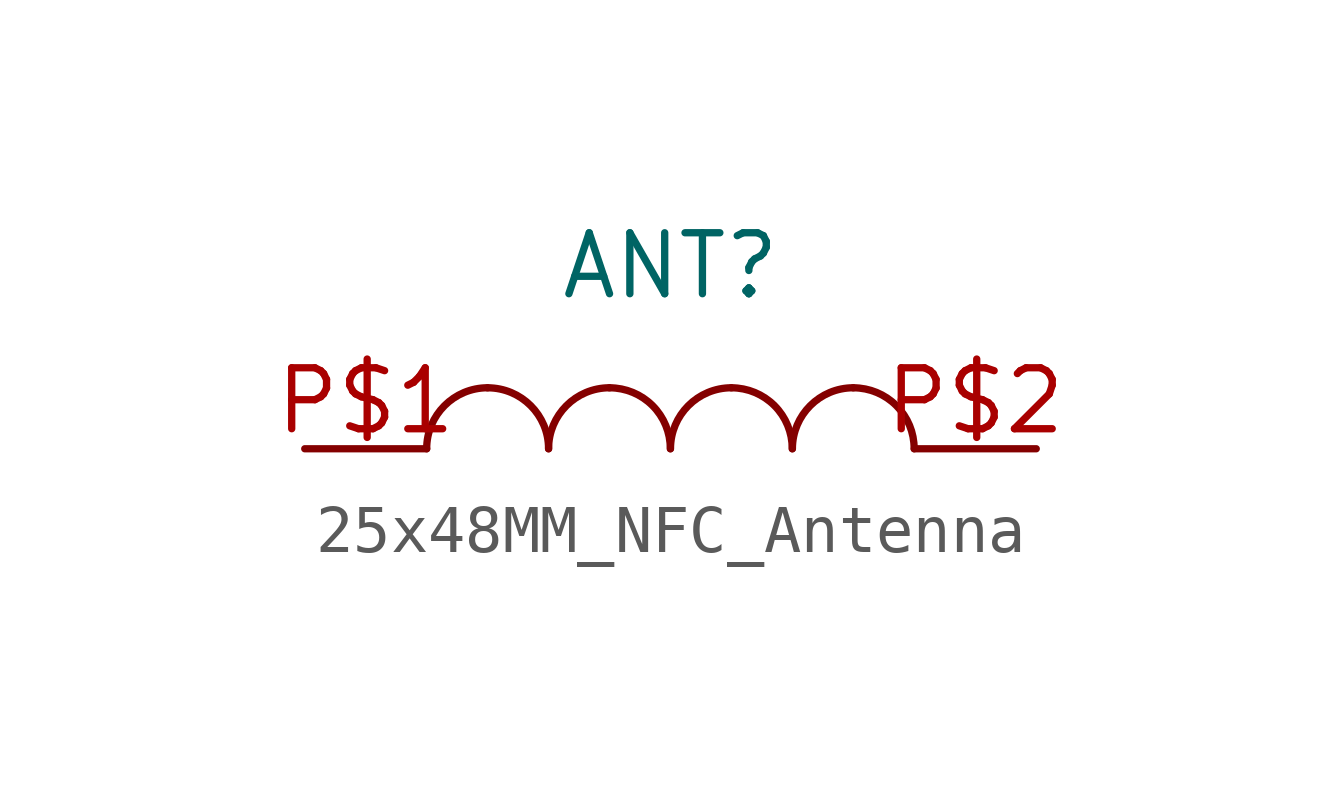
<source format=kicad_sym>
(kicad_symbol_lib
  (version 20220914)
  (generator kicad_symbol_editor)
  (symbol "25x48MM_NFC_Antenna"
    (property "Reference" "ANT"
      (at 0 3.81 0)
      (effects (font (size 1.27 1.27))))
    (property "Value" ""
      (at -1.27 0 0)
      (effects (font (size 1.27 1.27))))
    (symbol "25x48MM_NFC_Antenna_0_1"
      (arc (start -3.81 1.27) (mid -4.708 0.898) (end -5.08 0) (stroke (width 0) (type default)) (fill (type none)))
      (arc (start -2.54 0) (mid -2.912 0.898) (end -3.81 1.27) (stroke (width 0) (type default)) (fill (type none)))
      (arc (start -1.27 1.27) (mid -2.168 0.898) (end -2.54 0) (stroke (width 0) (type default)) (fill (type none)))
      (arc (start 0 0) (mid -0.372 0.898) (end -1.27 1.27) (stroke (width 0) (type default)) (fill (type none)))
      (arc (start 1.27 1.27) (mid 0.372 0.898) (end 0 0) (stroke (width 0) (type default)) (fill (type none)))
      (arc (start 2.54 0) (mid 2.168 0.898) (end 1.27 1.27) (stroke (width 0) (type default)) (fill (type none)))
      (arc (start 3.81 1.27) (mid 2.912 0.898) (end 2.54 0) (stroke (width 0) (type default)) (fill (type none)))
      (arc (start 5.08 0) (mid 4.708 0.898) (end 3.81 1.27) (stroke (width 0) (type default)) (fill (type none))))
    (symbol "25x48MM_NFC_Antenna_1_1"
      (pin bidirectional line (at -7.62 0 0) (length 2.54) (name "" (effects (font (size 1.27 1.27)))) (number "P$1" (effects (font (size 1.27 1.27)))))
      (pin bidirectional line (at 7.62 0 180) (length 2.54) (name "" (effects (font (size 1.27 1.27)))) (number "P$2" (effects (font (size 1.27 1.27))))))))
</source>
